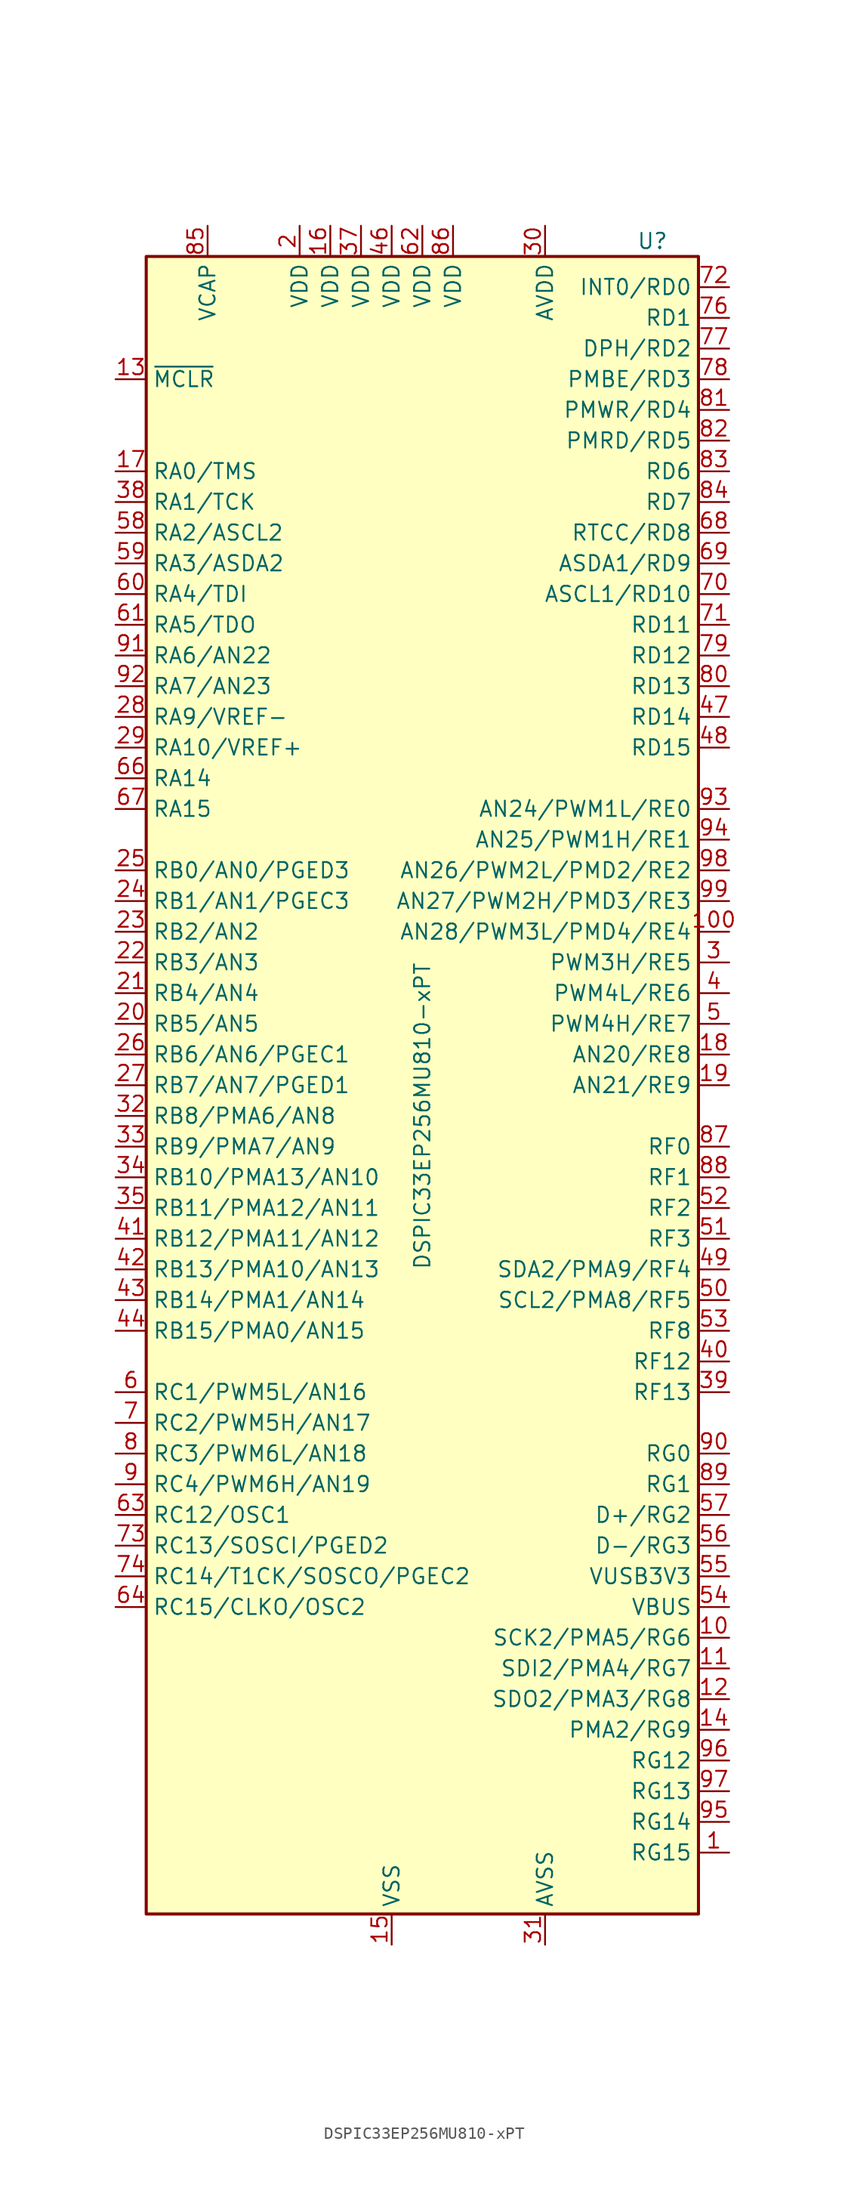
<source format=kicad_sym>
(kicad_symbol_lib
  (version 20201005)
  (generator kicad_symbol_editor)
  (symbol "DSPIC33EP256MU810-xPT"
    (property "Reference" "U"
      (at 19.05 69.85 0)
      (effects (font (size 1.27 1.27))))
    (property "Value" "DSPIC33EP256MU810-xPT"
      (at 0 -2.54 90)
      (effects (font (size 1.27 1.27))))
    (symbol "DSPIC33EP256MU810-xPT_0_1"
      (rectangle (start -22.86 68.58) (end 22.86 -68.58) (stroke (width 0.254)) (fill (type background))))
    (symbol "DSPIC33EP256MU810-xPT_1_1"
      (pin bidirectional line (at 25.4 -63.5 180) (length 2.54) (name "RG15" (effects (font (size 1.27 1.27)))) (number "1" (effects (font (size 1.27 1.27)))))
      (pin bidirectional line (at 25.4 -45.72 180) (length 2.54) (name "SCK2/PMA5/RG6" (effects (font (size 1.27 1.27)))) (number "10" (effects (font (size 1.27 1.27)))))
      (pin bidirectional line (at 25.4 12.7 180) (length 2.54) (name "AN28/PWM3L/PMD4/RE4" (effects (font (size 1.27 1.27)))) (number "100" (effects (font (size 1.27 1.27)))))
      (pin bidirectional line (at 25.4 -48.26 180) (length 2.54) (name "SDI2/PMA4/RG7" (effects (font (size 1.27 1.27)))) (number "11" (effects (font (size 1.27 1.27)))))
      (pin bidirectional line (at 25.4 -50.8 180) (length 2.54) (name "SDO2/PMA3/RG8" (effects (font (size 1.27 1.27)))) (number "12" (effects (font (size 1.27 1.27)))))
      (pin input line (at -25.4 58.42 0) (length 2.54) (name "~MCLR" (effects (font (size 1.27 1.27)))) (number "13" (effects (font (size 1.27 1.27)))))
      (pin bidirectional line (at 25.4 -53.34 180) (length 2.54) (name "PMA2/RG9" (effects (font (size 1.27 1.27)))) (number "14" (effects (font (size 1.27 1.27)))))
      (pin power_in line (at -2.54 -71.12 90) (length 2.54) (name "VSS" (effects (font (size 1.27 1.27)))) (number "15" (effects (font (size 1.27 1.27)))))
      (pin power_in line (at -7.62 71.12 270) (length 2.54) (name "VDD" (effects (font (size 1.27 1.27)))) (number "16" (effects (font (size 1.27 1.27)))))
      (pin bidirectional line (at -25.4 50.8 0) (length 2.54) (name "RA0/TMS" (effects (font (size 1.27 1.27)))) (number "17" (effects (font (size 1.27 1.27)))))
      (pin bidirectional line (at 25.4 2.54 180) (length 2.54) (name "AN20/RE8" (effects (font (size 1.27 1.27)))) (number "18" (effects (font (size 1.27 1.27)))))
      (pin bidirectional line (at 25.4 0 180) (length 2.54) (name "AN21/RE9" (effects (font (size 1.27 1.27)))) (number "19" (effects (font (size 1.27 1.27)))))
      (pin power_in line (at -10.16 71.12 270) (length 2.54) (name "VDD" (effects (font (size 1.27 1.27)))) (number "2" (effects (font (size 1.27 1.27)))))
      (pin bidirectional line (at -25.4 5.08 0) (length 2.54) (name "RB5/AN5" (effects (font (size 1.27 1.27)))) (number "20" (effects (font (size 1.27 1.27)))))
      (pin bidirectional line (at -25.4 7.62 0) (length 2.54) (name "RB4/AN4" (effects (font (size 1.27 1.27)))) (number "21" (effects (font (size 1.27 1.27)))))
      (pin bidirectional line (at -25.4 10.16 0) (length 2.54) (name "RB3/AN3" (effects (font (size 1.27 1.27)))) (number "22" (effects (font (size 1.27 1.27)))))
      (pin bidirectional line (at -25.4 12.7 0) (length 2.54) (name "RB2/AN2" (effects (font (size 1.27 1.27)))) (number "23" (effects (font (size 1.27 1.27)))))
      (pin bidirectional line (at -25.4 15.24 0) (length 2.54) (name "RB1/AN1/PGEC3" (effects (font (size 1.27 1.27)))) (number "24" (effects (font (size 1.27 1.27)))))
      (pin bidirectional line (at -25.4 17.78 0) (length 2.54) (name "RB0/AN0/PGED3" (effects (font (size 1.27 1.27)))) (number "25" (effects (font (size 1.27 1.27)))))
      (pin bidirectional line (at -25.4 2.54 0) (length 2.54) (name "RB6/AN6/PGEC1" (effects (font (size 1.27 1.27)))) (number "26" (effects (font (size 1.27 1.27)))))
      (pin bidirectional line (at -25.4 0 0) (length 2.54) (name "RB7/AN7/PGED1" (effects (font (size 1.27 1.27)))) (number "27" (effects (font (size 1.27 1.27)))))
      (pin bidirectional line (at -25.4 30.48 0) (length 2.54) (name "RA9/VREF-" (effects (font (size 1.27 1.27)))) (number "28" (effects (font (size 1.27 1.27)))))
      (pin bidirectional line (at -25.4 27.94 0) (length 2.54) (name "RA10/VREF+" (effects (font (size 1.27 1.27)))) (number "29" (effects (font (size 1.27 1.27)))))
      (pin bidirectional line (at 25.4 10.16 180) (length 2.54) (name "PWM3H/RE5" (effects (font (size 1.27 1.27)))) (number "3" (effects (font (size 1.27 1.27)))))
      (pin power_in line (at 10.16 71.12 270) (length 2.54) (name "AVDD" (effects (font (size 1.27 1.27)))) (number "30" (effects (font (size 1.27 1.27)))))
      (pin power_in line (at 10.16 -71.12 90) (length 2.54) (name "AVSS" (effects (font (size 1.27 1.27)))) (number "31" (effects (font (size 1.27 1.27)))))
      (pin bidirectional line (at -25.4 -2.54 0) (length 2.54) (name "RB8/PMA6/AN8" (effects (font (size 1.27 1.27)))) (number "32" (effects (font (size 1.27 1.27)))))
      (pin bidirectional line (at -25.4 -5.08 0) (length 2.54) (name "RB9/PMA7/AN9" (effects (font (size 1.27 1.27)))) (number "33" (effects (font (size 1.27 1.27)))))
      (pin bidirectional line (at -25.4 -7.62 0) (length 2.54) (name "RB10/PMA13/AN10" (effects (font (size 1.27 1.27)))) (number "34" (effects (font (size 1.27 1.27)))))
      (pin bidirectional line (at -25.4 -10.16 0) (length 2.54) (name "RB11/PMA12/AN11" (effects (font (size 1.27 1.27)))) (number "35" (effects (font (size 1.27 1.27)))))
      (pin passive line (at -2.54 -71.12 90) (length 2.54) hide (name "VSS" (effects (font (size 1.27 1.27)))) (number "36" (effects (font (size 1.27 1.27)))))
      (pin power_in line (at -5.08 71.12 270) (length 2.54) (name "VDD" (effects (font (size 1.27 1.27)))) (number "37" (effects (font (size 1.27 1.27)))))
      (pin bidirectional line (at -25.4 48.26 0) (length 2.54) (name "RA1/TCK" (effects (font (size 1.27 1.27)))) (number "38" (effects (font (size 1.27 1.27)))))
      (pin bidirectional line (at 25.4 -25.4 180) (length 2.54) (name "RF13" (effects (font (size 1.27 1.27)))) (number "39" (effects (font (size 1.27 1.27)))))
      (pin bidirectional line (at 25.4 7.62 180) (length 2.54) (name "PWM4L/RE6" (effects (font (size 1.27 1.27)))) (number "4" (effects (font (size 1.27 1.27)))))
      (pin bidirectional line (at 25.4 -22.86 180) (length 2.54) (name "RF12" (effects (font (size 1.27 1.27)))) (number "40" (effects (font (size 1.27 1.27)))))
      (pin bidirectional line (at -25.4 -12.7 0) (length 2.54) (name "RB12/PMA11/AN12" (effects (font (size 1.27 1.27)))) (number "41" (effects (font (size 1.27 1.27)))))
      (pin bidirectional line (at -25.4 -15.24 0) (length 2.54) (name "RB13/PMA10/AN13" (effects (font (size 1.27 1.27)))) (number "42" (effects (font (size 1.27 1.27)))))
      (pin bidirectional line (at -25.4 -17.78 0) (length 2.54) (name "RB14/PMA1/AN14" (effects (font (size 1.27 1.27)))) (number "43" (effects (font (size 1.27 1.27)))))
      (pin bidirectional line (at -25.4 -20.32 0) (length 2.54) (name "RB15/PMA0/AN15" (effects (font (size 1.27 1.27)))) (number "44" (effects (font (size 1.27 1.27)))))
      (pin passive line (at -2.54 -71.12 90) (length 2.54) hide (name "VSS" (effects (font (size 1.27 1.27)))) (number "45" (effects (font (size 1.27 1.27)))))
      (pin power_in line (at -2.54 71.12 270) (length 2.54) (name "VDD" (effects (font (size 1.27 1.27)))) (number "46" (effects (font (size 1.27 1.27)))))
      (pin bidirectional line (at 25.4 30.48 180) (length 2.54) (name "RD14" (effects (font (size 1.27 1.27)))) (number "47" (effects (font (size 1.27 1.27)))))
      (pin bidirectional line (at 25.4 27.94 180) (length 2.54) (name "RD15" (effects (font (size 1.27 1.27)))) (number "48" (effects (font (size 1.27 1.27)))))
      (pin bidirectional line (at 25.4 -15.24 180) (length 2.54) (name "SDA2/PMA9/RF4" (effects (font (size 1.27 1.27)))) (number "49" (effects (font (size 1.27 1.27)))))
      (pin bidirectional line (at 25.4 5.08 180) (length 2.54) (name "PWM4H/RE7" (effects (font (size 1.27 1.27)))) (number "5" (effects (font (size 1.27 1.27)))))
      (pin bidirectional line (at 25.4 -17.78 180) (length 2.54) (name "SCL2/PMA8/RF5" (effects (font (size 1.27 1.27)))) (number "50" (effects (font (size 1.27 1.27)))))
      (pin bidirectional line (at 25.4 -12.7 180) (length 2.54) (name "RF3" (effects (font (size 1.27 1.27)))) (number "51" (effects (font (size 1.27 1.27)))))
      (pin bidirectional line (at 25.4 -10.16 180) (length 2.54) (name "RF2" (effects (font (size 1.27 1.27)))) (number "52" (effects (font (size 1.27 1.27)))))
      (pin bidirectional line (at 25.4 -20.32 180) (length 2.54) (name "RF8" (effects (font (size 1.27 1.27)))) (number "53" (effects (font (size 1.27 1.27)))))
      (pin bidirectional line (at 25.4 -43.18 180) (length 2.54) (name "VBUS" (effects (font (size 1.27 1.27)))) (number "54" (effects (font (size 1.27 1.27)))))
      (pin bidirectional line (at 25.4 -40.64 180) (length 2.54) (name "VUSB3V3" (effects (font (size 1.27 1.27)))) (number "55" (effects (font (size 1.27 1.27)))))
      (pin bidirectional line (at 25.4 -38.1 180) (length 2.54) (name "D-/RG3" (effects (font (size 1.27 1.27)))) (number "56" (effects (font (size 1.27 1.27)))))
      (pin bidirectional line (at 25.4 -35.56 180) (length 2.54) (name "D+/RG2" (effects (font (size 1.27 1.27)))) (number "57" (effects (font (size 1.27 1.27)))))
      (pin bidirectional line (at -25.4 45.72 0) (length 2.54) (name "RA2/ASCL2" (effects (font (size 1.27 1.27)))) (number "58" (effects (font (size 1.27 1.27)))))
      (pin bidirectional line (at -25.4 43.18 0) (length 2.54) (name "RA3/ASDA2" (effects (font (size 1.27 1.27)))) (number "59" (effects (font (size 1.27 1.27)))))
      (pin bidirectional line (at -25.4 -25.4 0) (length 2.54) (name "RC1/PWM5L/AN16" (effects (font (size 1.27 1.27)))) (number "6" (effects (font (size 1.27 1.27)))))
      (pin bidirectional line (at -25.4 40.64 0) (length 2.54) (name "RA4/TDI" (effects (font (size 1.27 1.27)))) (number "60" (effects (font (size 1.27 1.27)))))
      (pin bidirectional line (at -25.4 38.1 0) (length 2.54) (name "RA5/TDO" (effects (font (size 1.27 1.27)))) (number "61" (effects (font (size 1.27 1.27)))))
      (pin power_in line (at 0 71.12 270) (length 2.54) (name "VDD" (effects (font (size 1.27 1.27)))) (number "62" (effects (font (size 1.27 1.27)))))
      (pin bidirectional line (at -25.4 -35.56 0) (length 2.54) (name "RC12/OSC1" (effects (font (size 1.27 1.27)))) (number "63" (effects (font (size 1.27 1.27)))))
      (pin bidirectional line (at -25.4 -43.18 0) (length 2.54) (name "RC15/CLKO/OSC2" (effects (font (size 1.27 1.27)))) (number "64" (effects (font (size 1.27 1.27)))))
      (pin passive line (at -2.54 -71.12 90) (length 2.54) hide (name "VSS" (effects (font (size 1.27 1.27)))) (number "65" (effects (font (size 1.27 1.27)))))
      (pin bidirectional line (at -25.4 25.4 0) (length 2.54) (name "RA14" (effects (font (size 1.27 1.27)))) (number "66" (effects (font (size 1.27 1.27)))))
      (pin bidirectional line (at -25.4 22.86 0) (length 2.54) (name "RA15" (effects (font (size 1.27 1.27)))) (number "67" (effects (font (size 1.27 1.27)))))
      (pin bidirectional line (at 25.4 45.72 180) (length 2.54) (name "RTCC/RD8" (effects (font (size 1.27 1.27)))) (number "68" (effects (font (size 1.27 1.27)))))
      (pin bidirectional line (at 25.4 43.18 180) (length 2.54) (name "ASDA1/RD9" (effects (font (size 1.27 1.27)))) (number "69" (effects (font (size 1.27 1.27)))))
      (pin bidirectional line (at -25.4 -27.94 0) (length 2.54) (name "RC2/PWM5H/AN17" (effects (font (size 1.27 1.27)))) (number "7" (effects (font (size 1.27 1.27)))))
      (pin bidirectional line (at 25.4 40.64 180) (length 2.54) (name "ASCL1/RD10" (effects (font (size 1.27 1.27)))) (number "70" (effects (font (size 1.27 1.27)))))
      (pin bidirectional line (at 25.4 38.1 180) (length 2.54) (name "RD11" (effects (font (size 1.27 1.27)))) (number "71" (effects (font (size 1.27 1.27)))))
      (pin bidirectional line (at 25.4 66.04 180) (length 2.54) (name "INT0/RD0" (effects (font (size 1.27 1.27)))) (number "72" (effects (font (size 1.27 1.27)))))
      (pin bidirectional line (at -25.4 -38.1 0) (length 2.54) (name "RC13/SOSCI/PGED2" (effects (font (size 1.27 1.27)))) (number "73" (effects (font (size 1.27 1.27)))))
      (pin bidirectional line (at -25.4 -40.64 0) (length 2.54) (name "RC14/T1CK/SOSCO/PGEC2" (effects (font (size 1.27 1.27)))) (number "74" (effects (font (size 1.27 1.27)))))
      (pin passive line (at -2.54 -71.12 90) (length 2.54) hide (name "VSS" (effects (font (size 1.27 1.27)))) (number "75" (effects (font (size 1.27 1.27)))))
      (pin bidirectional line (at 25.4 63.5 180) (length 2.54) (name "RD1" (effects (font (size 1.27 1.27)))) (number "76" (effects (font (size 1.27 1.27)))))
      (pin bidirectional line (at 25.4 60.96 180) (length 2.54) (name "DPH/RD2" (effects (font (size 1.27 1.27)))) (number "77" (effects (font (size 1.27 1.27)))))
      (pin bidirectional line (at 25.4 58.42 180) (length 2.54) (name "PMBE/RD3" (effects (font (size 1.27 1.27)))) (number "78" (effects (font (size 1.27 1.27)))))
      (pin bidirectional line (at 25.4 35.56 180) (length 2.54) (name "RD12" (effects (font (size 1.27 1.27)))) (number "79" (effects (font (size 1.27 1.27)))))
      (pin bidirectional line (at -25.4 -30.48 0) (length 2.54) (name "RC3/PWM6L/AN18" (effects (font (size 1.27 1.27)))) (number "8" (effects (font (size 1.27 1.27)))))
      (pin bidirectional line (at 25.4 33.02 180) (length 2.54) (name "RD13" (effects (font (size 1.27 1.27)))) (number "80" (effects (font (size 1.27 1.27)))))
      (pin bidirectional line (at 25.4 55.88 180) (length 2.54) (name "PMWR/RD4" (effects (font (size 1.27 1.27)))) (number "81" (effects (font (size 1.27 1.27)))))
      (pin bidirectional line (at 25.4 53.34 180) (length 2.54) (name "PMRD/RD5" (effects (font (size 1.27 1.27)))) (number "82" (effects (font (size 1.27 1.27)))))
      (pin bidirectional line (at 25.4 50.8 180) (length 2.54) (name "RD6" (effects (font (size 1.27 1.27)))) (number "83" (effects (font (size 1.27 1.27)))))
      (pin bidirectional line (at 25.4 48.26 180) (length 2.54) (name "RD7" (effects (font (size 1.27 1.27)))) (number "84" (effects (font (size 1.27 1.27)))))
      (pin passive line (at -17.78 71.12 270) (length 2.54) (name "VCAP" (effects (font (size 1.27 1.27)))) (number "85" (effects (font (size 1.27 1.27)))))
      (pin power_in line (at 2.54 71.12 270) (length 2.54) (name "VDD" (effects (font (size 1.27 1.27)))) (number "86" (effects (font (size 1.27 1.27)))))
      (pin bidirectional line (at 25.4 -5.08 180) (length 2.54) (name "RF0" (effects (font (size 1.27 1.27)))) (number "87" (effects (font (size 1.27 1.27)))))
      (pin bidirectional line (at 25.4 -7.62 180) (length 2.54) (name "RF1" (effects (font (size 1.27 1.27)))) (number "88" (effects (font (size 1.27 1.27)))))
      (pin bidirectional line (at 25.4 -33.02 180) (length 2.54) (name "RG1" (effects (font (size 1.27 1.27)))) (number "89" (effects (font (size 1.27 1.27)))))
      (pin bidirectional line (at -25.4 -33.02 0) (length 2.54) (name "RC4/PWM6H/AN19" (effects (font (size 1.27 1.27)))) (number "9" (effects (font (size 1.27 1.27)))))
      (pin bidirectional line (at 25.4 -30.48 180) (length 2.54) (name "RG0" (effects (font (size 1.27 1.27)))) (number "90" (effects (font (size 1.27 1.27)))))
      (pin bidirectional line (at -25.4 35.56 0) (length 2.54) (name "RA6/AN22" (effects (font (size 1.27 1.27)))) (number "91" (effects (font (size 1.27 1.27)))))
      (pin bidirectional line (at -25.4 33.02 0) (length 2.54) (name "RA7/AN23" (effects (font (size 1.27 1.27)))) (number "92" (effects (font (size 1.27 1.27)))))
      (pin bidirectional line (at 25.4 22.86 180) (length 2.54) (name "AN24/PWM1L/RE0" (effects (font (size 1.27 1.27)))) (number "93" (effects (font (size 1.27 1.27)))))
      (pin bidirectional line (at 25.4 20.32 180) (length 2.54) (name "AN25/PWM1H/RE1" (effects (font (size 1.27 1.27)))) (number "94" (effects (font (size 1.27 1.27)))))
      (pin bidirectional line (at 25.4 -60.96 180) (length 2.54) (name "RG14" (effects (font (size 1.27 1.27)))) (number "95" (effects (font (size 1.27 1.27)))))
      (pin bidirectional line (at 25.4 -55.88 180) (length 2.54) (name "RG12" (effects (font (size 1.27 1.27)))) (number "96" (effects (font (size 1.27 1.27)))))
      (pin bidirectional line (at 25.4 -58.42 180) (length 2.54) (name "RG13" (effects (font (size 1.27 1.27)))) (number "97" (effects (font (size 1.27 1.27)))))
      (pin bidirectional line (at 25.4 17.78 180) (length 2.54) (name "AN26/PWM2L/PMD2/RE2" (effects (font (size 1.27 1.27)))) (number "98" (effects (font (size 1.27 1.27)))))
      (pin bidirectional line (at 25.4 15.24 180) (length 2.54) (name "AN27/PWM2H/PMD3/RE3" (effects (font (size 1.27 1.27)))) (number "99" (effects (font (size 1.27 1.27))))))))
</source>
